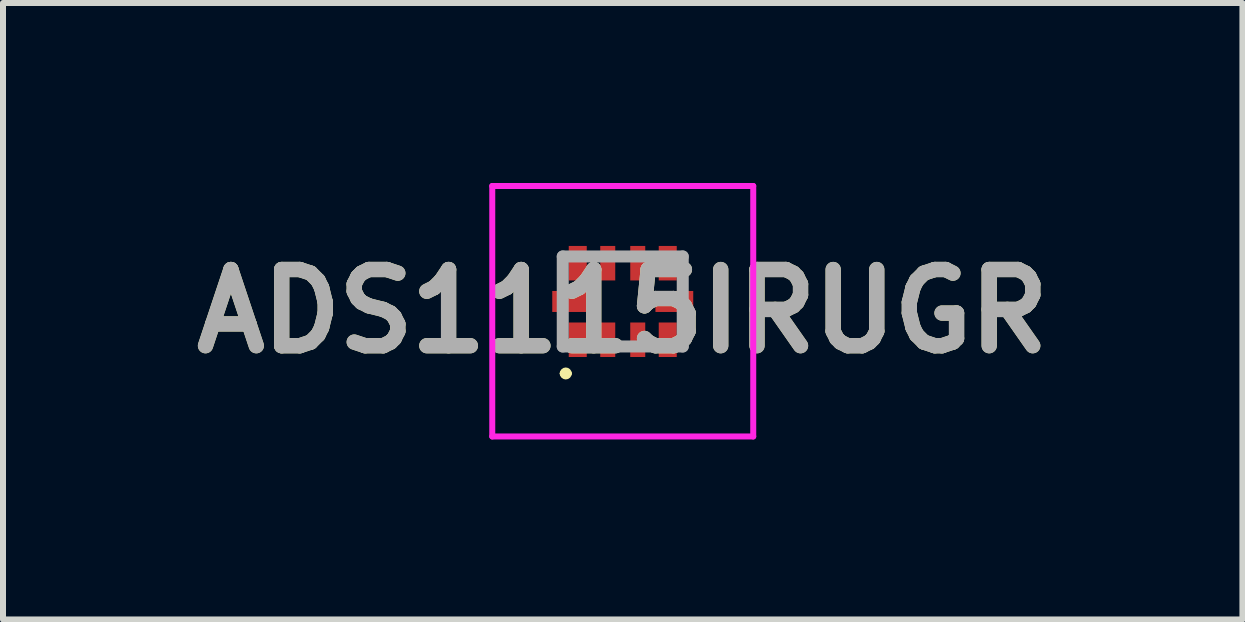
<source format=kicad_pcb>
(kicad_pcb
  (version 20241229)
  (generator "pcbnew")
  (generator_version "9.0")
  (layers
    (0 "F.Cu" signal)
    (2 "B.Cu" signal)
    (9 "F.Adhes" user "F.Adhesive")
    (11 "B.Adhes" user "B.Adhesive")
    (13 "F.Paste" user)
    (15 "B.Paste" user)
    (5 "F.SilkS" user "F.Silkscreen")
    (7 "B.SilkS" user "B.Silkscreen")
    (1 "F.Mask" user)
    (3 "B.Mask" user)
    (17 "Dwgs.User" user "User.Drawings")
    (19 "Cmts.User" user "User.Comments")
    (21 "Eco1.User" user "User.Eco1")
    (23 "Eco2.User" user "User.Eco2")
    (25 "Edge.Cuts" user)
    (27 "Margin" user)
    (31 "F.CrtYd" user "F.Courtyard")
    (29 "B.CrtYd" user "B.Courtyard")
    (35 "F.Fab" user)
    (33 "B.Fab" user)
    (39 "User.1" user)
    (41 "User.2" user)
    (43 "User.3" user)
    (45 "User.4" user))
  (footprint "ADS1115IRUGR"
    (layer "F.Cu")
    (at 7.33 1.975)
    (property "Reference" "ADS1115IRUGR" (at 0 0.163 0) (layer "F.SilkS") (effects (font (size 1.27 1.27) (thickness 0.254))))
    (attr smd)
    (fp_line (start -1 1.2) (end -1 1.2) (stroke (width 0.1) (type solid)) (layer "F.SilkS"))
    (fp_line (start -0.9 1.2) (end -0.9 1.2) (stroke (width 0.1) (type solid)) (layer "F.SilkS"))
    (fp_arc (start -1 1.2) (mid -0.95 1.15) (end -0.9 1.2) (stroke (width 0.1) (type solid)) (layer "F.SilkS"))
    (fp_arc (start -0.9 1.2) (mid -0.95 1.25) (end -1 1.2) (stroke (width 0.1) (type solid)) (layer "F.SilkS"))
    (fp_line (start -2.175 -1.925) (end 2.175 -1.925) (stroke (width 0.1) (type solid)) (layer "F.CrtYd"))
    (fp_line (start -2.175 2.25) (end -2.175 -1.925) (stroke (width 0.1) (type solid)) (layer "F.CrtYd"))
    (fp_line (start 2.175 -1.925) (end 2.175 2.25) (stroke (width 0.1) (type solid)) (layer "F.CrtYd"))
    (fp_line (start 2.175 2.25) (end -2.175 2.25) (stroke (width 0.1) (type solid)) (layer "F.CrtYd"))
    (fp_line (start -1 -0.75) (end 1 -0.75) (stroke (width 0.2) (type solid)) (layer "F.Fab"))
    (fp_line (start -1 0.75) (end -1 -0.75) (stroke (width 0.2) (type solid)) (layer "F.Fab"))
    (fp_line (start 1 -0.75) (end 1 0.75) (stroke (width 0.2) (type solid)) (layer "F.Fab"))
    (fp_line (start 1 0.75) (end -1 0.75) (stroke (width 0.2) (type solid)) (layer "F.Fab"))
    (fp_text user "${REFERENCE}" (at 0 0.163 0) (layer "F.Fab") (effects (font (size 1.27 1.27) (thickness 0.254))))
    (pad "1" smd rect (at -0.75 0.638) (size 0.3 0.575) (layers "F.Cu" "F.Mask" "F.Paste"))
    (pad "2" smd rect (at -0.25 0.638) (size 0.25 0.575) (layers "F.Cu" "F.Mask" "F.Paste"))
    (pad "3" smd rect (at 0.25 0.638) (size 0.25 0.575) (layers "F.Cu" "F.Mask" "F.Paste"))
    (pad "4" smd rect (at 0.75 0.638) (size 0.3 0.575) (layers "F.Cu" "F.Mask" "F.Paste"))
    (pad "5" smd rect (at 0.86 0 90) (size 0.35 0.63) (layers "F.Cu" "F.Mask" "F.Paste"))
    (pad "6" smd rect (at 0.75 -0.638) (size 0.3 0.575) (layers "F.Cu" "F.Mask" "F.Paste"))
    (pad "7" smd rect (at 0.25 -0.638) (size 0.25 0.575) (layers "F.Cu" "F.Mask" "F.Paste"))
    (pad "8" smd rect (at -0.25 -0.638) (size 0.25 0.575) (layers "F.Cu" "F.Mask" "F.Paste"))
    (pad "9" smd rect (at -0.75 -0.638) (size 0.3 0.575) (layers "F.Cu" "F.Mask" "F.Paste"))
    (pad "10" smd rect (at -0.86 0 90) (size 0.35 0.63) (layers "F.Cu" "F.Mask" "F.Paste")))
  (gr_rect
    (start -3 -3)
    (end 17.659 7.275)
    (stroke (width 0.1) (type default))
    (fill no)
    (layer "Edge.Cuts")))
</source>
